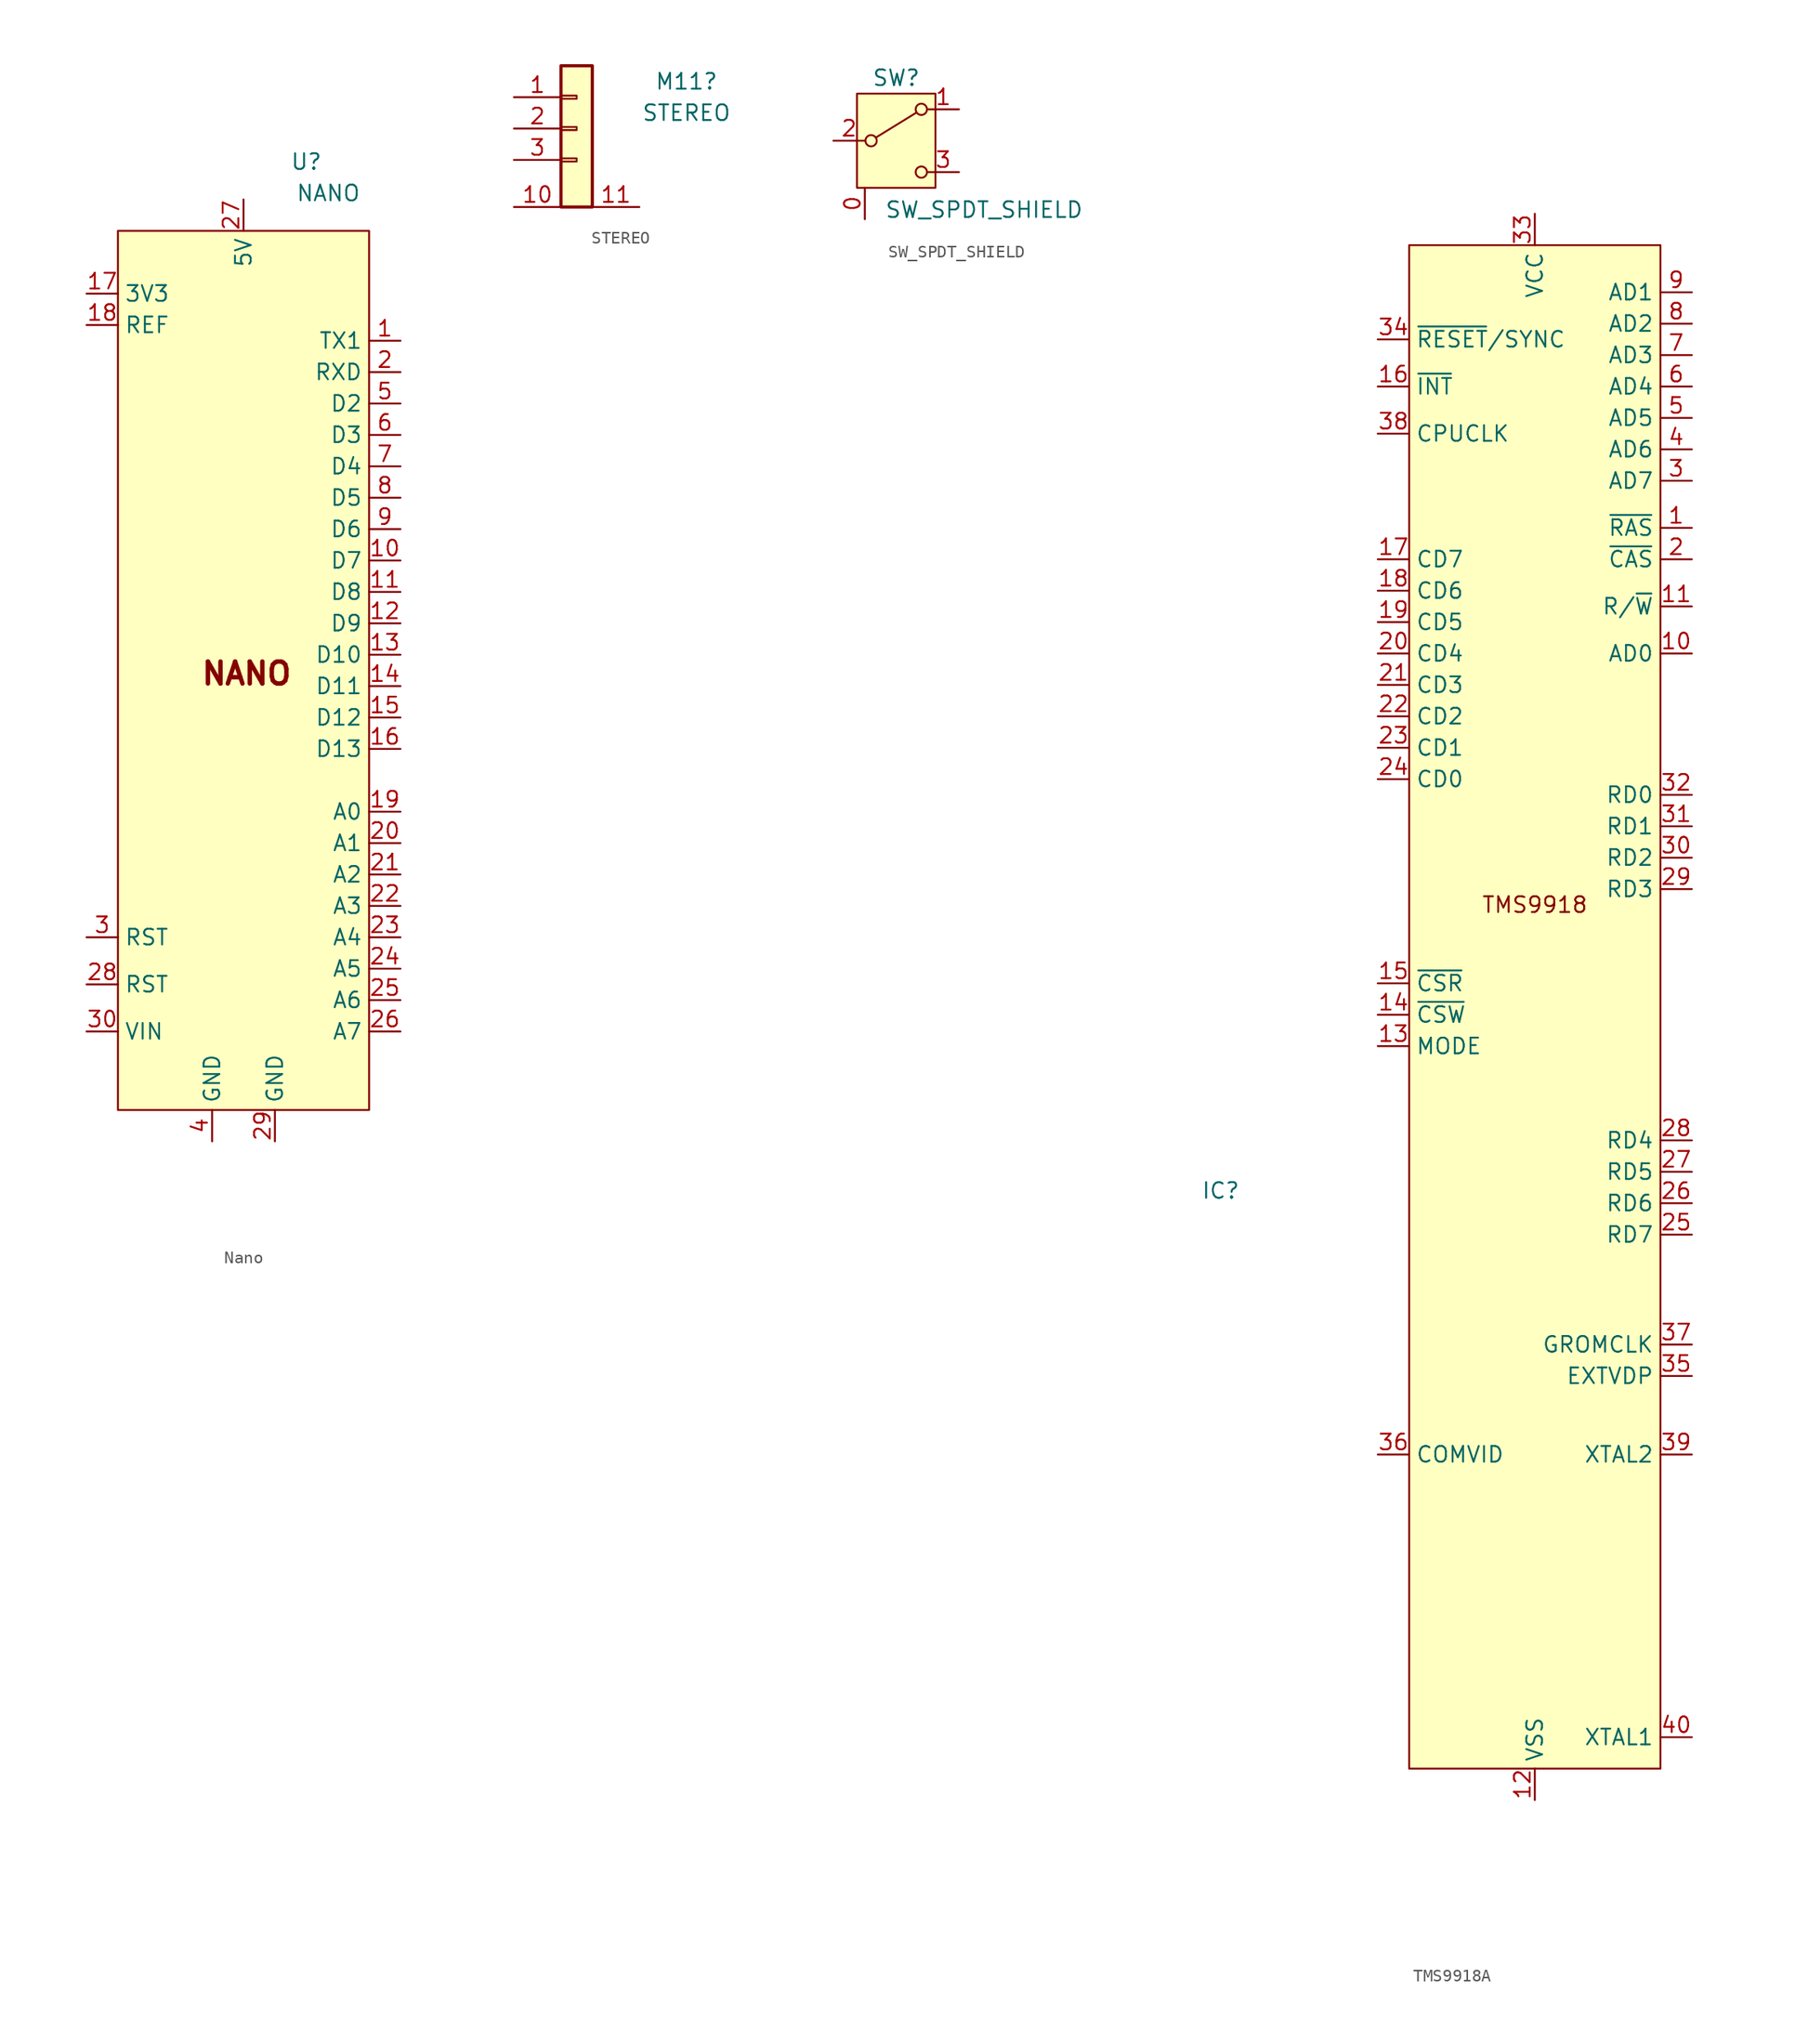
<source format=kicad_sym>
(kicad_symbol_lib
  (version 20241209)
  (generator "kicad_symbol_editor")
  (generator_version "9.0")
  (symbol "Nano"
    (property "Reference" "U"
      (at 5.08 41.148 0)
      (effects (font (size 1.27 1.27))))
    (property "Value" "NANO"
      (at 6.858 38.608 0)
      (effects (font (size 1.27 1.27))))
    (symbol "Nano_0_0"
      (pin power_out line (at -12.7 30.48 0) (length 2.54) (name "3V3" (effects (font (size 1.27 1.27)))) (number "17" (effects (font (size 1.27 1.27)))))
      (pin passive line (at -12.7 27.94 0) (length 2.54) (name "REF" (effects (font (size 1.27 1.27)))) (number "18" (effects (font (size 1.27 1.27)))))
      (pin input line (at -12.7 -21.59 0) (length 2.54) (name "RST" (effects (font (size 1.27 1.27)))) (number "3" (effects (font (size 1.27 1.27)))))
      (pin passive line (at -12.7 -25.4 0) (length 2.54) (name "RST" (effects (font (size 1.27 1.27)))) (number "28" (effects (font (size 1.27 1.27)))))
      (pin passive line (at -12.7 -29.21 0) (length 2.54) (name "VIN" (effects (font (size 1.27 1.27)))) (number "30" (effects (font (size 1.27 1.27)))))
      (pin power_in line (at -2.54 -38.1 90) (length 2.54) (name "GND" (effects (font (size 1.27 1.27)))) (number "4" (effects (font (size 1.27 1.27)))))
      (pin power_in line (at 0 38.1 270) (length 2.54) (name "5V" (effects (font (size 1.27 1.27)))) (number "27" (effects (font (size 1.27 1.27)))))
      (pin power_in line (at 2.54 -38.1 90) (length 2.54) (name "GND" (effects (font (size 1.27 1.27)))) (number "29" (effects (font (size 1.27 1.27)))))
      (pin output line (at 12.7 26.67 180) (length 2.54) (name "TX1" (effects (font (size 1.27 1.27)))) (number "1" (effects (font (size 1.27 1.27)))))
      (pin input line (at 12.7 24.13 180) (length 2.54) (name "RXD" (effects (font (size 1.27 1.27)))) (number "2" (effects (font (size 1.27 1.27)))))
      (pin bidirectional line (at 12.7 21.59 180) (length 2.54) (name "D2" (effects (font (size 1.27 1.27)))) (number "5" (effects (font (size 1.27 1.27)))))
      (pin bidirectional line (at 12.7 19.05 180) (length 2.54) (name "D3" (effects (font (size 1.27 1.27)))) (number "6" (effects (font (size 1.27 1.27)))))
      (pin bidirectional line (at 12.7 16.51 180) (length 2.54) (name "D4" (effects (font (size 1.27 1.27)))) (number "7" (effects (font (size 1.27 1.27)))))
      (pin bidirectional line (at 12.7 13.97 180) (length 2.54) (name "D5" (effects (font (size 1.27 1.27)))) (number "8" (effects (font (size 1.27 1.27)))))
      (pin bidirectional line (at 12.7 11.43 180) (length 2.54) (name "D6" (effects (font (size 1.27 1.27)))) (number "9" (effects (font (size 1.27 1.27)))))
      (pin bidirectional line (at 12.7 8.89 180) (length 2.54) (name "D7" (effects (font (size 1.27 1.27)))) (number "10" (effects (font (size 1.27 1.27)))))
      (pin bidirectional line (at 12.7 6.35 180) (length 2.54) (name "D8" (effects (font (size 1.27 1.27)))) (number "11" (effects (font (size 1.27 1.27)))))
      (pin bidirectional line (at 12.7 3.81 180) (length 2.54) (name "D9" (effects (font (size 1.27 1.27)))) (number "12" (effects (font (size 1.27 1.27)))))
      (pin bidirectional line (at 12.7 1.27 180) (length 2.54) (name "D10" (effects (font (size 1.27 1.27)))) (number "13" (effects (font (size 1.27 1.27)))))
      (pin bidirectional line (at 12.7 -1.27 180) (length 2.54) (name "D11" (effects (font (size 1.27 1.27)))) (number "14" (effects (font (size 1.27 1.27)))))
      (pin bidirectional line (at 12.7 -3.81 180) (length 2.54) (name "D12" (effects (font (size 1.27 1.27)))) (number "15" (effects (font (size 1.27 1.27)))))
      (pin bidirectional line (at 12.7 -6.35 180) (length 2.54) (name "D13" (effects (font (size 1.27 1.27)))) (number "16" (effects (font (size 1.27 1.27)))))
      (pin bidirectional line (at 12.7 -11.43 180) (length 2.54) (name "A0" (effects (font (size 1.27 1.27)))) (number "19" (effects (font (size 1.27 1.27)))))
      (pin bidirectional line (at 12.7 -13.97 180) (length 2.54) (name "A1" (effects (font (size 1.27 1.27)))) (number "20" (effects (font (size 1.27 1.27)))))
      (pin bidirectional line (at 12.7 -16.51 180) (length 2.54) (name "A2" (effects (font (size 1.27 1.27)))) (number "21" (effects (font (size 1.27 1.27)))))
      (pin bidirectional line (at 12.7 -19.05 180) (length 2.54) (name "A3" (effects (font (size 1.27 1.27)))) (number "22" (effects (font (size 1.27 1.27)))))
      (pin bidirectional line (at 12.7 -21.59 180) (length 2.54) (name "A4" (effects (font (size 1.27 1.27)))) (number "23" (effects (font (size 1.27 1.27)))))
      (pin bidirectional line (at 12.7 -24.13 180) (length 2.54) (name "A5" (effects (font (size 1.27 1.27)))) (number "24" (effects (font (size 1.27 1.27)))))
      (pin bidirectional line (at 12.7 -26.67 180) (length 2.54) (name "A6" (effects (font (size 1.27 1.27)))) (number "25" (effects (font (size 1.27 1.27)))))
      (pin bidirectional line (at 12.7 -29.21 180) (length 2.54) (name "A7" (effects (font (size 1.27 1.27)))) (number "26" (effects (font (size 1.27 1.27))))))
    (symbol "Nano_1_1"
      (rectangle (start -10.16 35.56) (end 10.16 -35.56) (stroke (width 0) (type solid)) (fill (type background)))
      (text "NANO" (at 0.254 -0.254 0) (effects (font (size 1.778 1.778) (thickness 0.356) (bold yes))))))
  (symbol "STEREO"
    (pin_names
      (offset 1.016)
      (hide yes))
    (property "Reference" "M11"
      (at 8.89 3.81 0)
      (effects (font (size 1.27 1.27))))
    (property "Value" "STEREO"
      (at 8.89 1.27 0)
      (effects (font (size 1.27 1.27))))
    (symbol "STEREO_1_1"
      (rectangle (start -1.27 5.08) (end 1.27 -6.35) (stroke (width 0.254) (type default)) (fill (type background)))
      (rectangle (start -1.27 2.667) (end 0 2.413) (stroke (width 0.152) (type default)) (fill (type none)))
      (rectangle (start -1.27 0.127) (end 0 -0.127) (stroke (width 0.152) (type default)) (fill (type none)))
      (rectangle (start -1.27 -2.413) (end 0 -2.667) (stroke (width 0.152) (type default)) (fill (type none)))
      (pin passive line (at -5.08 2.54 0) (length 3.81) (name "1" (effects (font (size 1.27 1.27)))) (number "1" (effects (font (size 1.27 1.27)))))
      (pin passive line (at -5.08 0 0) (length 3.81) (name "2" (effects (font (size 1.27 1.27)))) (number "2" (effects (font (size 1.27 1.27)))))
      (pin passive line (at -5.08 -2.54 0) (length 3.81) (name "Ground" (effects (font (size 1.27 1.27)))) (number "3" (effects (font (size 1.27 1.27)))))
      (pin passive line (at -5.08 -6.35 0) (length 3.81) (name "10" (effects (font (size 1.27 1.27)))) (number "10" (effects (font (size 1.27 1.27)))))
      (pin passive line (at 5.08 -6.35 180) (length 3.81) (name "11" (effects (font (size 1.27 1.27)))) (number "11" (effects (font (size 1.27 1.27)))))))
  (symbol "SW_SPDT_SHIELD"
    (pin_names
      (offset 0)
      (hide yes))
    (property "Reference" "SW"
      (at 0 5.08 0)
      (effects (font (size 1.27 1.27))))
    (property "Value" "SW_SPDT_SHIELD"
      (at 7.112 -5.588 0)
      (effects (font (size 1.27 1.27))))
    (symbol "SW_SPDT_SHIELD_0_1"
      (circle (center -2.032 0) (radius 0.457) (stroke (width 0) (type default)) (fill (type none)))
      (polyline (pts (xy -1.651 0.254) (xy 1.651 2.286)) (stroke (width 0) (type default)) (fill (type none)))
      (circle (center 2.032 2.54) (radius 0.457) (stroke (width 0) (type default)) (fill (type none)))
      (circle (center 2.032 -2.54) (radius 0.457) (stroke (width 0) (type default)) (fill (type none))))
    (symbol "SW_SPDT_SHIELD_1_1"
      (rectangle (start -3.175 3.81) (end 3.175 -3.81) (stroke (width 0) (type default)) (fill (type background)))
      (pin passive line (at -5.08 0 0) (length 2.54) (name "B" (effects (font (size 1.27 1.27)))) (number "2" (effects (font (size 1.27 1.27)))))
      (pin passive line (at -2.54 -6.35 90) (length 2.54) (name "SHEILD" (effects (font (size 1.27 1.27)))) (number "0" (effects (font (size 1.27 1.27)))))
      (pin passive line (at 5.08 2.54 180) (length 2.54) (name "A" (effects (font (size 1.27 1.27)))) (number "1" (effects (font (size 1.27 1.27)))))
      (pin passive line (at 5.08 -2.54 180) (length 2.54) (name "C" (effects (font (size 1.27 1.27)))) (number "3" (effects (font (size 1.27 1.27)))))))
  (symbol "TMS9918A"
    (property "Reference" "IC"
      (at -25.4 -14.224 0)
      (effects (font (size 1.27 1.27))))
    (property "Value" ""
      (at 12.7 39.37 0)
      (effects (font (size 1.27 1.27))))
    (symbol "TMS9918A_0_0"
      (pin input line (at -12.7 54.61 0) (length 2.54) (name "~{RESET}/SYNC" (effects (font (size 1.27 1.27)))) (number "34" (effects (font (size 1.27 1.27)))))
      (pin passive line (at -12.7 50.8 0) (length 2.54) (name "~{INT}" (effects (font (size 1.27 1.27)))) (number "16" (effects (font (size 1.27 1.27)))))
      (pin passive line (at -12.7 2.54 0) (length 2.54) (name "~{CSR}" (effects (font (size 1.27 1.27)))) (number "15" (effects (font (size 1.27 1.27)))))
      (pin passive line (at -12.7 0 0) (length 2.54) (name "~{CSW}" (effects (font (size 1.27 1.27)))) (number "14" (effects (font (size 1.27 1.27)))))
      (pin passive line (at -12.7 -2.54 0) (length 2.54) (name "MODE" (effects (font (size 1.27 1.27)))) (number "13" (effects (font (size 1.27 1.27)))))
      (pin input line (at 0 64.77 270) (length 2.54) (name "VCC" (effects (font (size 1.27 1.27)))) (number "33" (effects (font (size 1.27 1.27)))))
      (pin power_in line (at 0 -63.5 90) (length 2.54) (name "VSS" (effects (font (size 1.27 1.27)))) (number "12" (effects (font (size 1.27 1.27)))))
      (pin output line (at 12.7 58.42 180) (length 2.54) (name "AD1" (effects (font (size 1.27 1.27)))) (number "9" (effects (font (size 1.27 1.27)))))
      (pin output line (at 12.7 55.88 180) (length 2.54) (name "AD2" (effects (font (size 1.27 1.27)))) (number "8" (effects (font (size 1.27 1.27)))))
      (pin output line (at 12.7 53.34 180) (length 2.54) (name "AD3" (effects (font (size 1.27 1.27)))) (number "7" (effects (font (size 1.27 1.27)))))
      (pin output line (at 12.7 50.8 180) (length 2.54) (name "AD4" (effects (font (size 1.27 1.27)))) (number "6" (effects (font (size 1.27 1.27)))))
      (pin output line (at 12.7 48.26 180) (length 2.54) (name "AD5" (effects (font (size 1.27 1.27)))) (number "5" (effects (font (size 1.27 1.27)))))
      (pin output line (at 12.7 45.72 180) (length 2.54) (name "AD6" (effects (font (size 1.27 1.27)))) (number "4" (effects (font (size 1.27 1.27)))))
      (pin output line (at 12.7 43.18 180) (length 2.54) (name "AD7" (effects (font (size 1.27 1.27)))) (number "3" (effects (font (size 1.27 1.27)))))
      (pin output line (at 12.7 39.37 180) (length 2.54) (name "~{RAS}" (effects (font (size 1.27 1.27)))) (number "1" (effects (font (size 1.27 1.27)))))
      (pin output line (at 12.7 36.83 180) (length 2.54) (name "~{CAS}" (effects (font (size 1.27 1.27)))) (number "2" (effects (font (size 1.27 1.27)))))
      (pin output line (at 12.7 33.02 180) (length 2.54) (name "R/~{W}" (effects (font (size 1.27 1.27)))) (number "11" (effects (font (size 1.27 1.27)))))
      (pin output line (at 12.7 29.21 180) (length 2.54) (name "AD0" (effects (font (size 1.27 1.27)))) (number "10" (effects (font (size 1.27 1.27)))))
      (pin bidirectional line (at 12.7 17.78 180) (length 2.54) (name "RD0" (effects (font (size 1.27 1.27)))) (number "32" (effects (font (size 1.27 1.27)))))
      (pin bidirectional line (at 12.7 15.24 180) (length 2.54) (name "RD1" (effects (font (size 1.27 1.27)))) (number "31" (effects (font (size 1.27 1.27)))))
      (pin bidirectional line (at 12.7 12.7 180) (length 2.54) (name "RD2" (effects (font (size 1.27 1.27)))) (number "30" (effects (font (size 1.27 1.27)))))
      (pin bidirectional line (at 12.7 10.16 180) (length 2.54) (name "RD3" (effects (font (size 1.27 1.27)))) (number "29" (effects (font (size 1.27 1.27)))))
      (pin bidirectional line (at 12.7 -10.16 180) (length 2.54) (name "RD4" (effects (font (size 1.27 1.27)))) (number "28" (effects (font (size 1.27 1.27)))))
      (pin bidirectional line (at 12.7 -12.7 180) (length 2.54) (name "RD5" (effects (font (size 1.27 1.27)))) (number "27" (effects (font (size 1.27 1.27)))))
      (pin bidirectional line (at 12.7 -15.24 180) (length 2.54) (name "RD6" (effects (font (size 1.27 1.27)))) (number "26" (effects (font (size 1.27 1.27)))))
      (pin bidirectional line (at 12.7 -17.78 180) (length 2.54) (name "RD7" (effects (font (size 1.27 1.27)))) (number "25" (effects (font (size 1.27 1.27)))))
      (pin passive line (at 12.7 -35.56 180) (length 2.54) (name "XTAL2" (effects (font (size 1.27 1.27)))) (number "39" (effects (font (size 1.27 1.27)))))
      (pin passive line (at 12.7 -58.42 180) (length 2.54) (name "XTAL1" (effects (font (size 1.27 1.27)))) (number "40" (effects (font (size 1.27 1.27))))))
    (symbol "TMS9918A_1_0"
      (pin output line (at -12.7 46.99 0) (length 2.54) (name "CPUCLK" (effects (font (size 1.27 1.27)))) (number "38" (effects (font (size 1.27 1.27)))))
      (pin bidirectional line (at -12.7 36.83 0) (length 2.54) (name "CD7" (effects (font (size 1.27 1.27)))) (number "17" (effects (font (size 1.27 1.27)))))
      (pin bidirectional line (at -12.7 34.29 0) (length 2.54) (name "CD6" (effects (font (size 1.27 1.27)))) (number "18" (effects (font (size 1.27 1.27)))))
      (pin bidirectional line (at -12.7 31.75 0) (length 2.54) (name "CD5" (effects (font (size 1.27 1.27)))) (number "19" (effects (font (size 1.27 1.27)))))
      (pin bidirectional line (at -12.7 29.21 0) (length 2.54) (name "CD4" (effects (font (size 1.27 1.27)))) (number "20" (effects (font (size 1.27 1.27)))))
      (pin bidirectional line (at -12.7 26.67 0) (length 2.54) (name "CD3" (effects (font (size 1.27 1.27)))) (number "21" (effects (font (size 1.27 1.27)))))
      (pin bidirectional line (at -12.7 24.13 0) (length 2.54) (name "CD2" (effects (font (size 1.27 1.27)))) (number "22" (effects (font (size 1.27 1.27)))))
      (pin bidirectional line (at -12.7 21.59 0) (length 2.54) (name "CD1" (effects (font (size 1.27 1.27)))) (number "23" (effects (font (size 1.27 1.27)))))
      (pin bidirectional line (at -12.7 19.05 0) (length 2.54) (name "CD0" (effects (font (size 1.27 1.27)))) (number "24" (effects (font (size 1.27 1.27)))))
      (pin output line (at -12.7 -35.56 0) (length 2.54) (name "COMVID" (effects (font (size 1.27 1.27)))) (number "36" (effects (font (size 1.27 1.27)))))
      (pin input line (at 12.7 -26.67 180) (length 2.54) (name "GROMCLK" (effects (font (size 1.27 1.27)))) (number "37" (effects (font (size 1.27 1.27)))))
      (pin bidirectional line (at 12.7 -29.21 180) (length 2.54) (name "EXTVDP" (effects (font (size 1.27 1.27)))) (number "35" (effects (font (size 1.27 1.27))))))
    (symbol "TMS9918A_1_1"
      (rectangle (start -10.16 62.23) (end 10.16 -60.96) (stroke (width 0) (type default)) (fill (type background)))
      (text "TMS9918" (at 0 8.89 0) (effects (font (size 1.27 1.27)))))))
</source>
